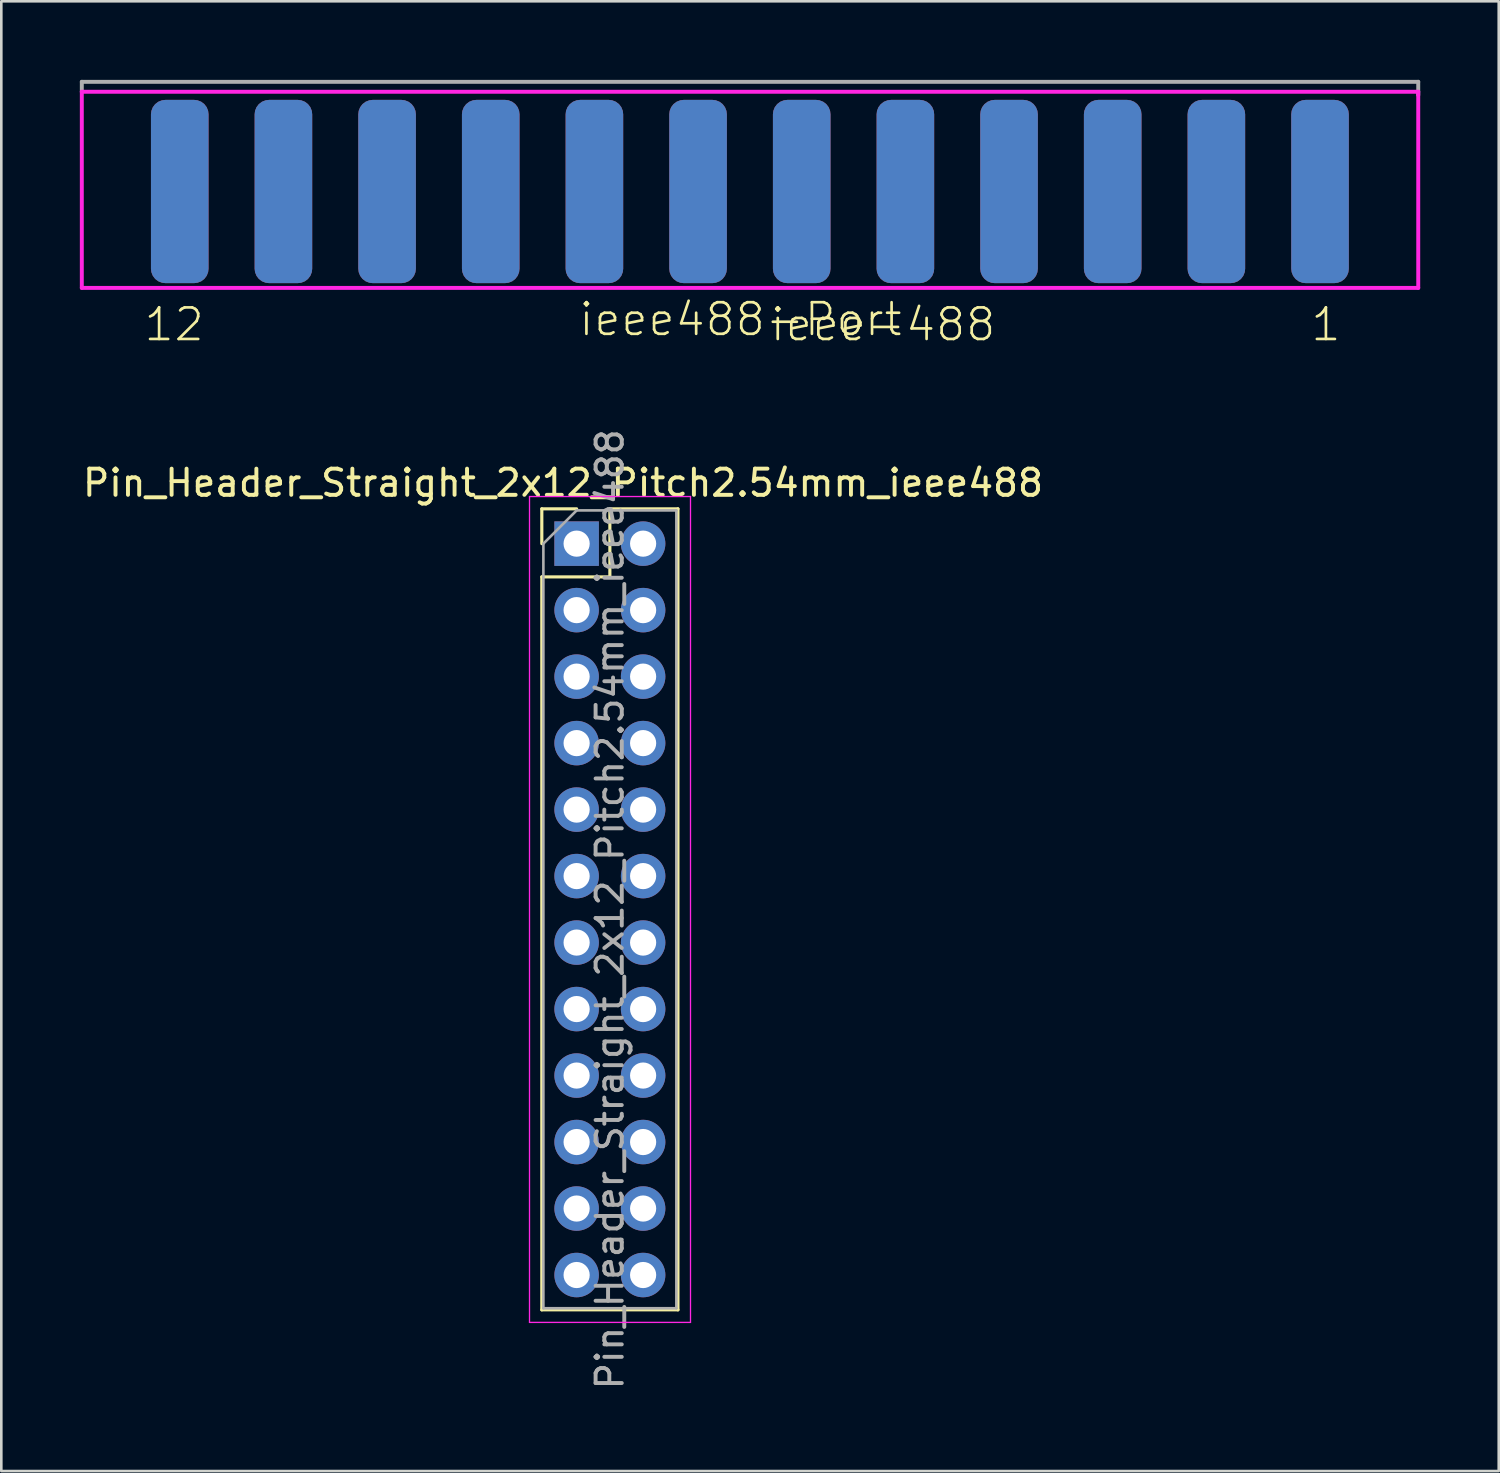
<source format=kicad_pcb>
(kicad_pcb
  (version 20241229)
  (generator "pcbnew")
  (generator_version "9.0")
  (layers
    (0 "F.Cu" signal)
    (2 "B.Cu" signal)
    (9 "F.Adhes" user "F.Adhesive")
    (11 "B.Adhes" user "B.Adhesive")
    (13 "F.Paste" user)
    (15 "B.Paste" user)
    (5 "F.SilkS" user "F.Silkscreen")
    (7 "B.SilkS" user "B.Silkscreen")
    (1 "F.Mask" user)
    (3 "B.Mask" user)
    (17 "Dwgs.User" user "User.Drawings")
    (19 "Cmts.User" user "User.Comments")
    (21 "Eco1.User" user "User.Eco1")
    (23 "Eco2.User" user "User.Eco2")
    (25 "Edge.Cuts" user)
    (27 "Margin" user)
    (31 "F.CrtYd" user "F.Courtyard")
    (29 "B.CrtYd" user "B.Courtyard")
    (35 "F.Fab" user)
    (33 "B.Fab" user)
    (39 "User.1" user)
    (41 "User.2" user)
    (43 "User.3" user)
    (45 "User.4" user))
  (footprint "ieee488-Port"
    (layer "F.Cu")
    (at 25.602 4.266)
    (property "Reference" "ieee488-Port" (at -6.604 5.588 0) (layer "F.SilkS") (effects (font (size 1.206 1.206) (thickness 0.102)) (justify left bottom)))
    (attr through_hole)
    (fp_poly (pts (xy -25.4 -4.191) (xy -25.4 3.556) (xy 25.4 3.556) (xy 25.4 -4.191)) (stroke (width 0.15) (type solid)) (fill yes) (layer "F.Mask"))
    (fp_poly (pts (xy -25.4 -4.191) (xy 25.4 -4.191) (xy 25.4 3.556) (xy -25.4 3.556)) (stroke (width 0.15) (type solid)) (fill yes) (layer "B.Mask"))
    (fp_line (start -25.527 -3.81) (end 25.527 -3.81) (stroke (width 0.15) (type solid)) (layer "F.CrtYd"))
    (fp_line (start -25.527 3.683) (end -25.527 -3.81) (stroke (width 0.15) (type solid)) (layer "F.CrtYd"))
    (fp_line (start 25.527 -3.81) (end 25.527 3.683) (stroke (width 0.15) (type solid)) (layer "F.CrtYd"))
    (fp_line (start 25.527 3.683) (end -25.527 3.683) (stroke (width 0.15) (type solid)) (layer "F.CrtYd"))
    (fp_line (start -25.527 -4.191) (end 25.527 -4.191) (stroke (width 0.15) (type solid)) (layer "F.Fab"))
    (fp_line (start -25.527 -3.81) (end -25.527 -4.191) (stroke (width 0.15) (type solid)) (layer "F.Fab"))
    (fp_line (start 25.527 -4.191) (end 25.527 -3.683) (stroke (width 0.15) (type solid)) (layer "F.Fab"))
    (fp_text user "1" (at 22 5.08 0) (layer "F.SilkS") (effects (font (size 1.206 1.206) (thickness 0.102))))
    (fp_text user "ieee-488" (at 5.08 5.08 0) (layer "F.SilkS") (effects (font (size 1.206 1.206) (thickness 0.102))))
    (fp_text user "12" (at -22 5.08 0) (layer "F.SilkS") (effects (font (size 1.206 1.206) (thickness 0.102))))
    (pad "1" connect roundrect (at 21.775 0) (size 2.2 7) (layers "F.Cu") (roundrect_rratio 0.25))
    (pad "2" connect roundrect (at 17.815 0) (size 2.2 7) (layers "F.Cu") (roundrect_rratio 0.25))
    (pad "3" connect roundrect (at 13.855 0) (size 2.2 7) (layers "F.Cu") (roundrect_rratio 0.25))
    (pad "4" connect roundrect (at 9.895 0) (size 2.2 7) (layers "F.Cu") (roundrect_rratio 0.25))
    (pad "5" connect roundrect (at 5.935 0) (size 2.2 7) (layers "F.Cu") (roundrect_rratio 0.25))
    (pad "6" connect roundrect (at 1.975 0) (size 2.2 7) (layers "F.Cu") (roundrect_rratio 0.25))
    (pad "7" connect roundrect (at -1.985 0) (size 2.2 7) (layers "F.Cu") (roundrect_rratio 0.25))
    (pad "8" connect roundrect (at -5.945 0) (size 2.2 7) (layers "F.Cu") (roundrect_rratio 0.25))
    (pad "9" connect roundrect (at -9.905 0) (size 2.2 7) (layers "F.Cu") (roundrect_rratio 0.25))
    (pad "10" connect roundrect (at -13.865 0) (size 2.2 7) (layers "F.Cu") (roundrect_rratio 0.25))
    (pad "11" connect roundrect (at -17.825 0) (size 2.2 7) (layers "F.Cu") (roundrect_rratio 0.25))
    (pad "12" connect roundrect (at -21.785 0) (size 2.2 7) (layers "F.Cu") (roundrect_rratio 0.25))
    (pad "A" connect roundrect (at 21.775 0) (size 2.2 7) (layers "B.Cu") (roundrect_rratio 0.25))
    (pad "B" connect roundrect (at 17.815 0) (size 2.2 7) (layers "B.Cu") (roundrect_rratio 0.25))
    (pad "C" connect roundrect (at 13.855 0) (size 2.2 7) (layers "B.Cu") (roundrect_rratio 0.25))
    (pad "D" connect roundrect (at 9.895 0) (size 2.2 7) (layers "B.Cu") (roundrect_rratio 0.25))
    (pad "E" connect roundrect (at 5.935 0) (size 2.2 7) (layers "B.Cu") (roundrect_rratio 0.25))
    (pad "F" connect roundrect (at 1.975 0) (size 2.2 7) (layers "B.Cu") (roundrect_rratio 0.25))
    (pad "H" connect roundrect (at -1.985 0) (size 2.2 7) (layers "B.Cu") (roundrect_rratio 0.25))
    (pad "J" connect roundrect (at -5.945 0) (size 2.2 7) (layers "B.Cu") (roundrect_rratio 0.25))
    (pad "K" connect roundrect (at -9.905 0) (size 2.2 7) (layers "B.Cu") (roundrect_rratio 0.25))
    (pad "L" connect roundrect (at -13.865 0) (size 2.2 7) (layers "B.Cu") (roundrect_rratio 0.25))
    (pad "M" connect roundrect (at -17.825 0) (size 2.2 7) (layers "B.Cu") (roundrect_rratio 0.25))
    (pad "N" connect roundrect (at -21.785 0) (size 2.2 7) (layers "B.Cu") (roundrect_rratio 0.25)))
  (footprint "Pin_Header_Straight_2x12_Pitch2.54mm_ieee488"
    (layer "F.Cu")
    (at 18.978 17.718)
    (property "Reference" "Pin_Header_Straight_2x12_Pitch2.54mm_ieee488" (at -0.52 -2.32 0) (layer "F.SilkS") (effects (font (size 1 1) (thickness 0.15))))
    (attr through_hole)
    (fp_line (start -1.33 -1.33) (end 0 -1.33) (stroke (width 0.12) (type solid)) (layer "F.SilkS"))
    (fp_line (start -1.33 0) (end -1.33 -1.33) (stroke (width 0.12) (type solid)) (layer "F.SilkS"))
    (fp_line (start -1.33 1.27) (end -1.33 29.27) (stroke (width 0.12) (type solid)) (layer "F.SilkS"))
    (fp_line (start -1.33 1.27) (end 1.27 1.27) (stroke (width 0.12) (type solid)) (layer "F.SilkS"))
    (fp_line (start -1.33 29.27) (end 3.87 29.27) (stroke (width 0.12) (type solid)) (layer "F.SilkS"))
    (fp_line (start 1.27 -1.33) (end 3.87 -1.33) (stroke (width 0.12) (type solid)) (layer "F.SilkS"))
    (fp_line (start 1.27 1.27) (end 1.27 -1.33) (stroke (width 0.12) (type solid)) (layer "F.SilkS"))
    (fp_line (start 3.87 -1.33) (end 3.87 29.27) (stroke (width 0.12) (type solid)) (layer "F.SilkS"))
    (fp_line (start -1.8 -1.8) (end -1.8 29.75) (stroke (width 0.05) (type solid)) (layer "F.CrtYd"))
    (fp_line (start -1.8 29.75) (end 4.35 29.75) (stroke (width 0.05) (type solid)) (layer "F.CrtYd"))
    (fp_line (start 4.35 -1.8) (end -1.8 -1.8) (stroke (width 0.05) (type solid)) (layer "F.CrtYd"))
    (fp_line (start 4.35 29.75) (end 4.35 -1.8) (stroke (width 0.05) (type solid)) (layer "F.CrtYd"))
    (fp_line (start -1.27 0) (end 0 -1.27) (stroke (width 0.1) (type solid)) (layer "F.Fab"))
    (fp_line (start -1.27 29.21) (end -1.27 0) (stroke (width 0.1) (type solid)) (layer "F.Fab"))
    (fp_line (start 0 -1.27) (end 3.81 -1.27) (stroke (width 0.1) (type solid)) (layer "F.Fab"))
    (fp_line (start 3.81 -1.27) (end 3.81 29.21) (stroke (width 0.1) (type solid)) (layer "F.Fab"))
    (fp_line (start 3.81 29.21) (end -1.27 29.21) (stroke (width 0.1) (type solid)) (layer "F.Fab"))
    (fp_text user "${REFERENCE}" (at 1.27 13.97 90) (layer "F.Fab") (effects (font (size 1 1) (thickness 0.15))))
    (pad "1" thru_hole rect (at 0 0) (size 1.7 1.7) (drill 1) (layers "*.Cu" "*.Mask"))
    (pad "2" thru_hole oval (at 0 2.54) (size 1.7 1.7) (drill 1) (layers "*.Cu" "*.Mask"))
    (pad "3" thru_hole oval (at 0 5.08) (size 1.7 1.7) (drill 1) (layers "*.Cu" "*.Mask"))
    (pad "4" thru_hole oval (at 0 7.62) (size 1.7 1.7) (drill 1) (layers "*.Cu" "*.Mask"))
    (pad "5" thru_hole oval (at 0 10.16) (size 1.7 1.7) (drill 1) (layers "*.Cu" "*.Mask"))
    (pad "6" thru_hole oval (at 0 12.7) (size 1.7 1.7) (drill 1) (layers "*.Cu" "*.Mask"))
    (pad "7" thru_hole oval (at 0 15.24) (size 1.7 1.7) (drill 1) (layers "*.Cu" "*.Mask"))
    (pad "8" thru_hole oval (at 0 17.78) (size 1.7 1.7) (drill 1) (layers "*.Cu" "*.Mask"))
    (pad "9" thru_hole oval (at 0 20.32) (size 1.7 1.7) (drill 1) (layers "*.Cu" "*.Mask"))
    (pad "10" thru_hole oval (at 0 22.86) (size 1.7 1.7) (drill 1) (layers "*.Cu" "*.Mask"))
    (pad "11" thru_hole oval (at 0 25.4) (size 1.7 1.7) (drill 1) (layers "*.Cu" "*.Mask"))
    (pad "12" thru_hole oval (at 0 27.94) (size 1.7 1.7) (drill 1) (layers "*.Cu" "*.Mask"))
    (pad "13" thru_hole oval (at 2.54 0) (size 1.7 1.7) (drill 1) (layers "*.Cu" "*.Mask"))
    (pad "14" thru_hole oval (at 2.54 2.54) (size 1.7 1.7) (drill 1) (layers "*.Cu" "*.Mask"))
    (pad "15" thru_hole oval (at 2.54 5.08) (size 1.7 1.7) (drill 1) (layers "*.Cu" "*.Mask"))
    (pad "16" thru_hole oval (at 2.54 7.62) (size 1.7 1.7) (drill 1) (layers "*.Cu" "*.Mask"))
    (pad "17" thru_hole oval (at 2.54 10.16) (size 1.7 1.7) (drill 1) (layers "*.Cu" "*.Mask"))
    (pad "18" thru_hole oval (at 2.54 12.7) (size 1.7 1.7) (drill 1) (layers "*.Cu" "*.Mask"))
    (pad "19" thru_hole oval (at 2.54 15.24) (size 1.7 1.7) (drill 1) (layers "*.Cu" "*.Mask"))
    (pad "20" thru_hole oval (at 2.54 17.78) (size 1.7 1.7) (drill 1) (layers "*.Cu" "*.Mask"))
    (pad "21" thru_hole oval (at 2.54 20.32) (size 1.7 1.7) (drill 1) (layers "*.Cu" "*.Mask"))
    (pad "22" thru_hole oval (at 2.54 22.86) (size 1.7 1.7) (drill 1) (layers "*.Cu" "*.Mask"))
    (pad "23" thru_hole oval (at 2.54 25.4) (size 1.7 1.7) (drill 1) (layers "*.Cu" "*.Mask"))
    (pad "24" thru_hole oval (at 2.54 27.94) (size 1.7 1.7) (drill 1) (layers "*.Cu" "*.Mask")))
  (gr_rect
    (start -3 -3)
    (end 54.204 53.147)
    (stroke (width 0.1) (type default))
    (fill no)
    (layer "Edge.Cuts")))
</source>
